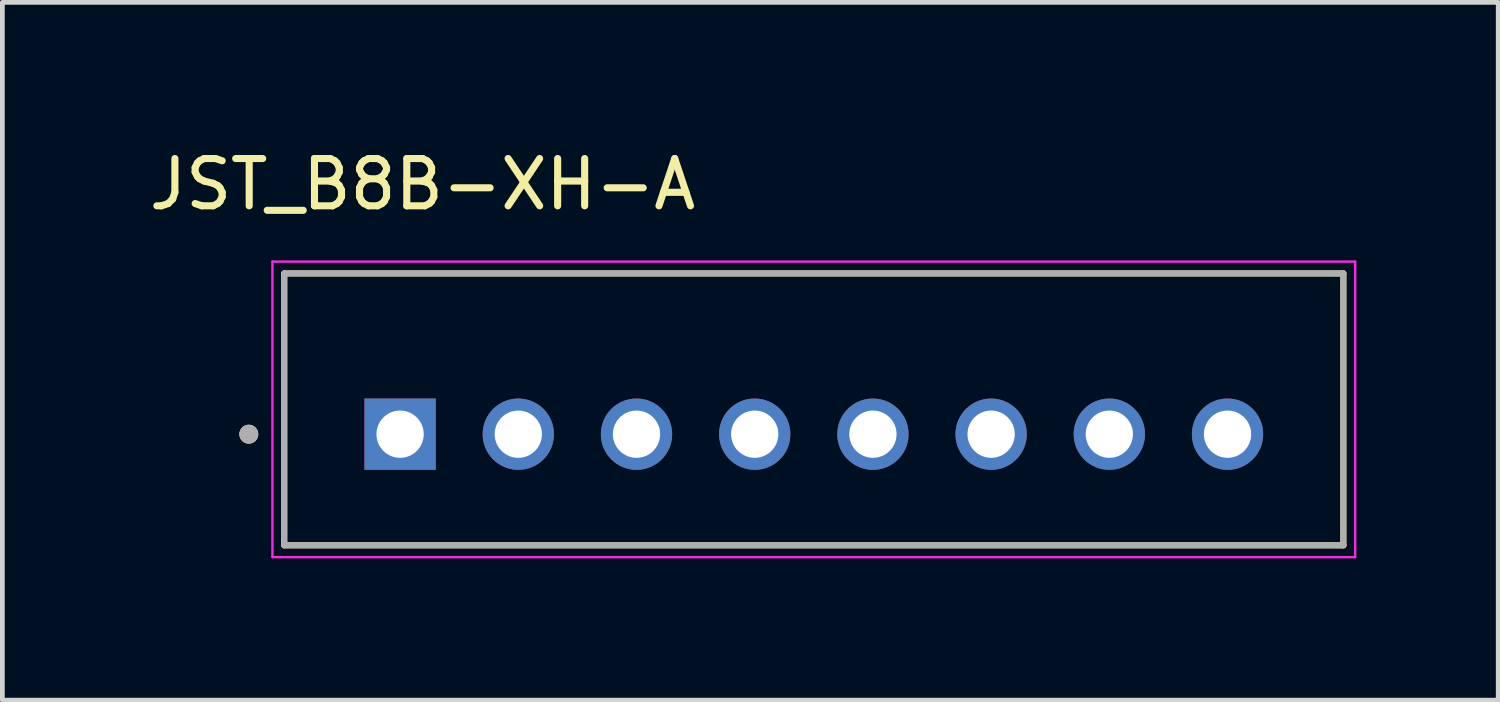
<source format=kicad_pcb>
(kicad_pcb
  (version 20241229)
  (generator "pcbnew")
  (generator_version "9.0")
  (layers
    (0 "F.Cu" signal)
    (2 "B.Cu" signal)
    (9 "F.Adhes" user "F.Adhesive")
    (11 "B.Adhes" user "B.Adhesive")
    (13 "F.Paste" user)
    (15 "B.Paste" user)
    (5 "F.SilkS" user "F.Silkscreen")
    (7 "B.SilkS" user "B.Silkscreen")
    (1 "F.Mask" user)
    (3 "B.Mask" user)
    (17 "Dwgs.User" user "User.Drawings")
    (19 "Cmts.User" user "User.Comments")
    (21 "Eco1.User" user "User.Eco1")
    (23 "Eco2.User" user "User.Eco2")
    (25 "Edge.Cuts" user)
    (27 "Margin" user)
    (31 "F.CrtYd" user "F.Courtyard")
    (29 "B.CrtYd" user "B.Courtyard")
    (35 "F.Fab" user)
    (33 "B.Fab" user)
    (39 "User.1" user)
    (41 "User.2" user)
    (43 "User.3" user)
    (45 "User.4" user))
  (footprint "JST_B8B-XH-A"
    (layer "F.Cu")
    (at 14.162 5.608)
    (property "Reference" "JST_B8B-XH-A" (at -8.275 -4.76 0) (layer "F.SilkS") (effects (font (size 1 1) (thickness 0.15))))
    (attr through_hole)
    (fp_line (start -11.2 -2.875) (end 11.2 -2.875) (stroke (width 0.127) (type solid)) (layer "F.SilkS"))
    (fp_line (start -11.2 2.875) (end -11.2 -2.875) (stroke (width 0.127) (type solid)) (layer "F.SilkS"))
    (fp_line (start 11.2 -2.875) (end 11.2 2.875) (stroke (width 0.127) (type solid)) (layer "F.SilkS"))
    (fp_line (start 11.2 2.875) (end -11.2 2.875) (stroke (width 0.127) (type solid)) (layer "F.SilkS"))
    (fp_circle (center -11.95 0.525) (end -11.85 0.525) (stroke (width 0.2) (type solid)) (fill no) (layer "F.SilkS"))
    (fp_line (start -11.45 -3.125) (end -11.45 3.125) (stroke (width 0.05) (type solid)) (layer "F.CrtYd"))
    (fp_line (start -11.45 3.125) (end 11.45 3.125) (stroke (width 0.05) (type solid)) (layer "F.CrtYd"))
    (fp_line (start 11.45 -3.125) (end -11.45 -3.125) (stroke (width 0.05) (type solid)) (layer "F.CrtYd"))
    (fp_line (start 11.45 3.125) (end 11.45 -3.125) (stroke (width 0.05) (type solid)) (layer "F.CrtYd"))
    (fp_line (start -11.2 -2.875) (end 11.2 -2.875) (stroke (width 0.127) (type solid)) (layer "F.Fab"))
    (fp_line (start -11.2 2.875) (end -11.2 -2.875) (stroke (width 0.127) (type solid)) (layer "F.Fab"))
    (fp_line (start 11.2 -2.875) (end 11.2 2.875) (stroke (width 0.127) (type solid)) (layer "F.Fab"))
    (fp_line (start 11.2 2.875) (end -11.2 2.875) (stroke (width 0.127) (type solid)) (layer "F.Fab"))
    (fp_circle (center -11.95 0.525) (end -11.85 0.525) (stroke (width 0.2) (type solid)) (fill no) (layer "F.Fab"))
    (pad "1" thru_hole rect (at -8.75 0.525) (size 1.508 1.508) (drill 1) (layers "*.Cu" "*.Mask"))
    (pad "2" thru_hole circle (at -6.25 0.525) (size 1.508 1.508) (drill 1) (layers "*.Cu" "*.Mask"))
    (pad "3" thru_hole circle (at -3.75 0.525) (size 1.508 1.508) (drill 1) (layers "*.Cu" "*.Mask"))
    (pad "4" thru_hole circle (at -1.25 0.525) (size 1.508 1.508) (drill 1) (layers "*.Cu" "*.Mask"))
    (pad "5" thru_hole circle (at 1.25 0.525) (size 1.508 1.508) (drill 1) (layers "*.Cu" "*.Mask"))
    (pad "6" thru_hole circle (at 3.75 0.525) (size 1.508 1.508) (drill 1) (layers "*.Cu" "*.Mask"))
    (pad "7" thru_hole circle (at 6.25 0.525) (size 1.508 1.508) (drill 1) (layers "*.Cu" "*.Mask"))
    (pad "8" thru_hole circle (at 8.75 0.525) (size 1.508 1.508) (drill 1) (layers "*.Cu" "*.Mask")))
  (gr_rect
    (start -3 -3)
    (end 28.637 11.758)
    (stroke (width 0.1) (type default))
    (fill no)
    (layer "Edge.Cuts")))
</source>
